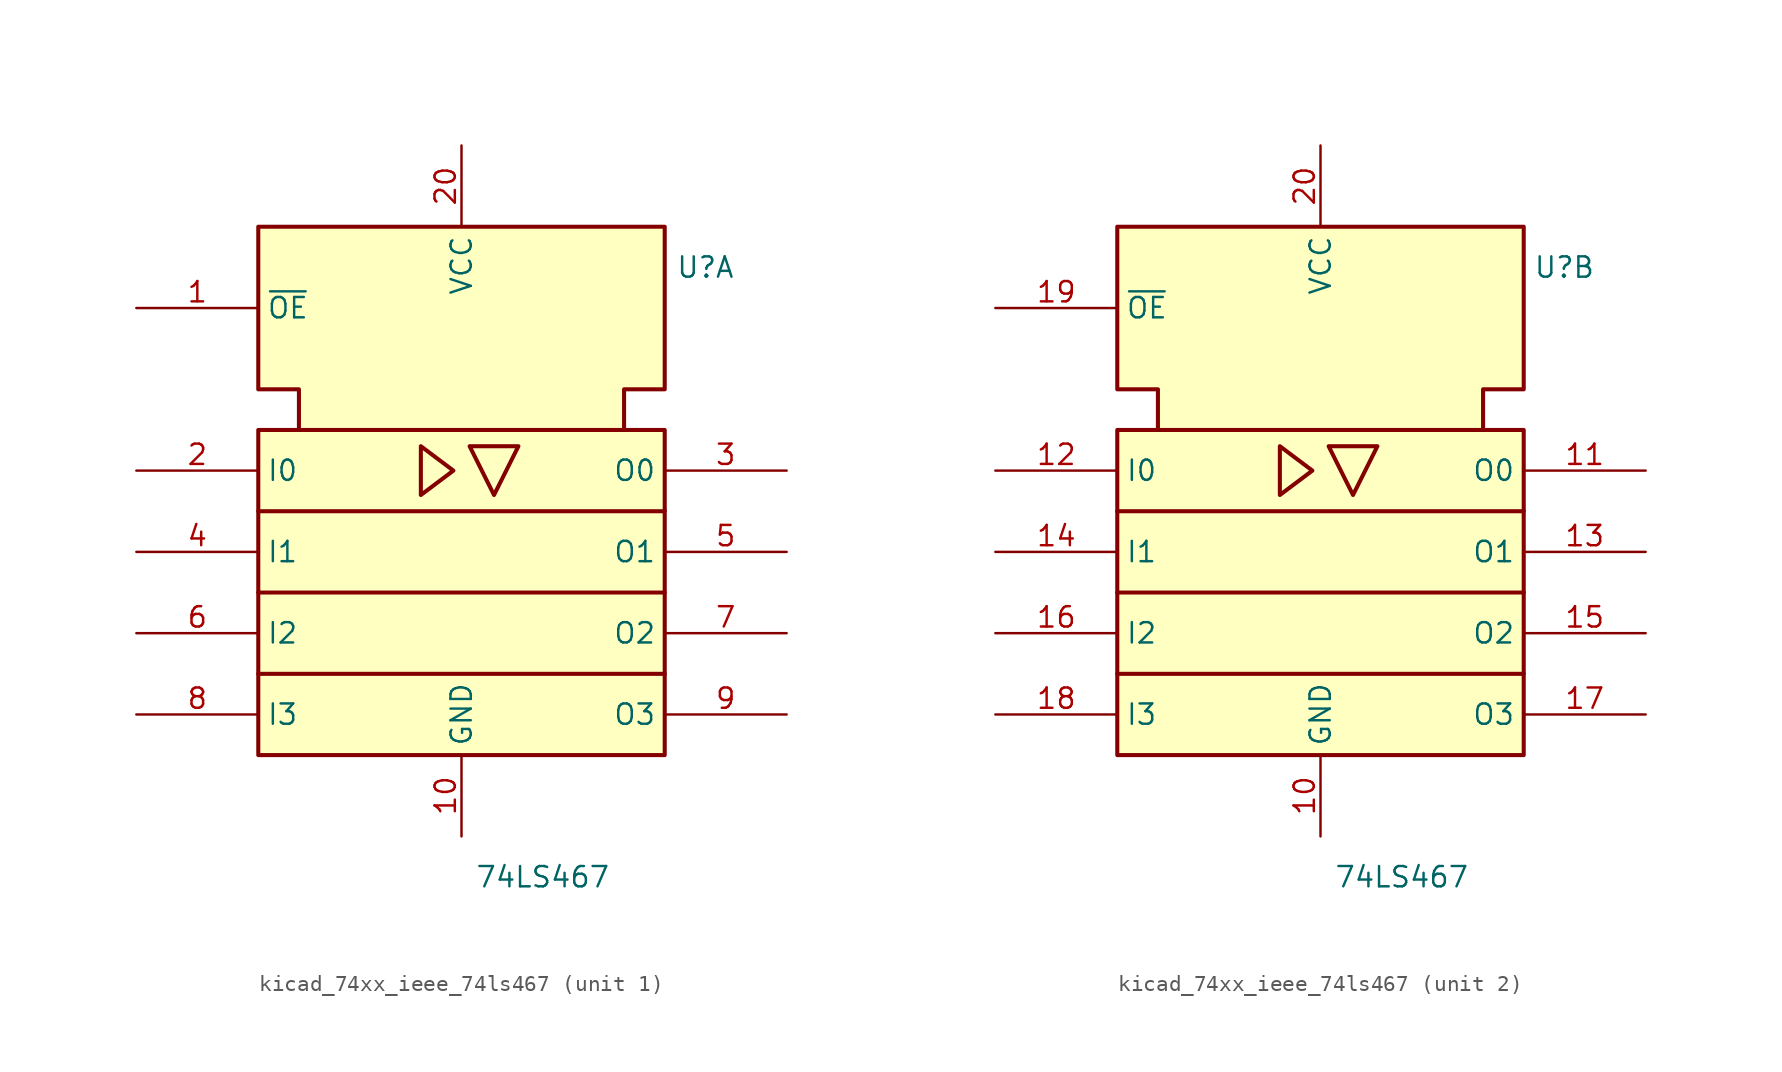
<source format=kicad_sym>
(kicad_symbol_lib
  (version 20220914)
  (generator kicad_symbol_editor)
  (symbol "kicad_74xx_ieee_74ls467"
    (property "Reference" "U"
      (at 15.24 17.78 0)
      (effects (font (size 1.27 1.27))))
    (property "Value" "74LS467"
      (at 5.08 -20.32 0)
      (effects (font (size 1.27 1.27))))
    (symbol "kicad_74xx_ieee_74ls467_0_0"
      (polyline (pts (xy 0.508 6.604) (xy 3.556 6.604) (xy 2.032 3.556) (xy 0.508 6.604) (xy 0.508 6.604)) (stroke (width 0.254) (type default)) (fill (type background)))
      (pin power_in line (at 0 -17.78 90) (length 5.08) (name "GND" (effects (font (size 1.27 1.27)))) (number "10" (effects (font (size 1.27 1.27)))))
      (pin power_in line (at 0 25.4 270) (length 5.08) (name "VCC" (effects (font (size 1.27 1.27)))) (number "20" (effects (font (size 1.27 1.27))))))
    (symbol "kicad_74xx_ieee_74ls467_0_1"
      (rectangle (start -12.7 7.62) (end 12.7 -12.7) (stroke (width 0.254) (type default)) (fill (type background)))
      (polyline (pts (xy -12.7 -2.54) (xy 12.7 -2.54) (xy 12.7 -2.54)) (stroke (width 0.254) (type default)) (fill (type background)))
      (polyline (pts (xy 12.7 -7.62) (xy -12.7 -7.62) (xy -12.7 -7.62)) (stroke (width 0.254) (type default)) (fill (type background)))
      (polyline (pts (xy 12.7 2.54) (xy -12.7 2.54) (xy -12.7 2.54)) (stroke (width 0.254) (type default)) (fill (type background)))
      (polyline (pts (xy -2.54 6.604) (xy -2.54 3.556) (xy -0.508 5.08) (xy -2.54 6.604) (xy -2.54 6.604)) (stroke (width 0.254) (type default)) (fill (type background)))
      (polyline (pts (xy -10.16 7.62) (xy -10.16 10.16) (xy -12.7 10.16) (xy -12.7 20.32) (xy 12.7 20.32) (xy 12.7 10.16) (xy 10.16 10.16) (xy 10.16 7.62) (xy 10.16 7.62)) (stroke (width 0.254) (type default)) (fill (type background))))
    (symbol "kicad_74xx_ieee_74ls467_1_1"
      (pin input line (at -20.32 15.24 0) (length 7.62) (name "~{OE}" (effects (font (size 1.27 1.27)))) (number "1" (effects (font (size 1.27 1.27)))))
      (pin input line (at -20.32 5.08 0) (length 7.62) (name "I0" (effects (font (size 1.27 1.27)))) (number "2" (effects (font (size 1.27 1.27)))))
      (pin tri_state line (at 20.32 5.08 180) (length 7.62) (name "O0" (effects (font (size 1.27 1.27)))) (number "3" (effects (font (size 1.27 1.27)))))
      (pin input line (at -20.32 0 0) (length 7.62) (name "I1" (effects (font (size 1.27 1.27)))) (number "4" (effects (font (size 1.27 1.27)))))
      (pin tri_state line (at 20.32 0 180) (length 7.62) (name "O1" (effects (font (size 1.27 1.27)))) (number "5" (effects (font (size 1.27 1.27)))))
      (pin input line (at -20.32 -5.08 0) (length 7.62) (name "I2" (effects (font (size 1.27 1.27)))) (number "6" (effects (font (size 1.27 1.27)))))
      (pin tri_state line (at 20.32 -5.08 180) (length 7.62) (name "O2" (effects (font (size 1.27 1.27)))) (number "7" (effects (font (size 1.27 1.27)))))
      (pin input line (at -20.32 -10.16 0) (length 7.62) (name "I3" (effects (font (size 1.27 1.27)))) (number "8" (effects (font (size 1.27 1.27)))))
      (pin tri_state line (at 20.32 -10.16 180) (length 7.62) (name "O3" (effects (font (size 1.27 1.27)))) (number "9" (effects (font (size 1.27 1.27))))))
    (symbol "kicad_74xx_ieee_74ls467_2_1"
      (pin tri_state line (at 20.32 5.08 180) (length 7.62) (name "O0" (effects (font (size 1.27 1.27)))) (number "11" (effects (font (size 1.27 1.27)))))
      (pin input line (at -20.32 5.08 0) (length 7.62) (name "I0" (effects (font (size 1.27 1.27)))) (number "12" (effects (font (size 1.27 1.27)))))
      (pin tri_state line (at 20.32 0 180) (length 7.62) (name "O1" (effects (font (size 1.27 1.27)))) (number "13" (effects (font (size 1.27 1.27)))))
      (pin input line (at -20.32 0 0) (length 7.62) (name "I1" (effects (font (size 1.27 1.27)))) (number "14" (effects (font (size 1.27 1.27)))))
      (pin tri_state line (at 20.32 -5.08 180) (length 7.62) (name "O2" (effects (font (size 1.27 1.27)))) (number "15" (effects (font (size 1.27 1.27)))))
      (pin input line (at -20.32 -5.08 0) (length 7.62) (name "I2" (effects (font (size 1.27 1.27)))) (number "16" (effects (font (size 1.27 1.27)))))
      (pin tri_state line (at 20.32 -10.16 180) (length 7.62) (name "O3" (effects (font (size 1.27 1.27)))) (number "17" (effects (font (size 1.27 1.27)))))
      (pin input line (at -20.32 -10.16 0) (length 7.62) (name "I3" (effects (font (size 1.27 1.27)))) (number "18" (effects (font (size 1.27 1.27)))))
      (pin input line (at -20.32 15.24 0) (length 7.62) (name "~{OE}" (effects (font (size 1.27 1.27)))) (number "19" (effects (font (size 1.27 1.27))))))))
</source>
